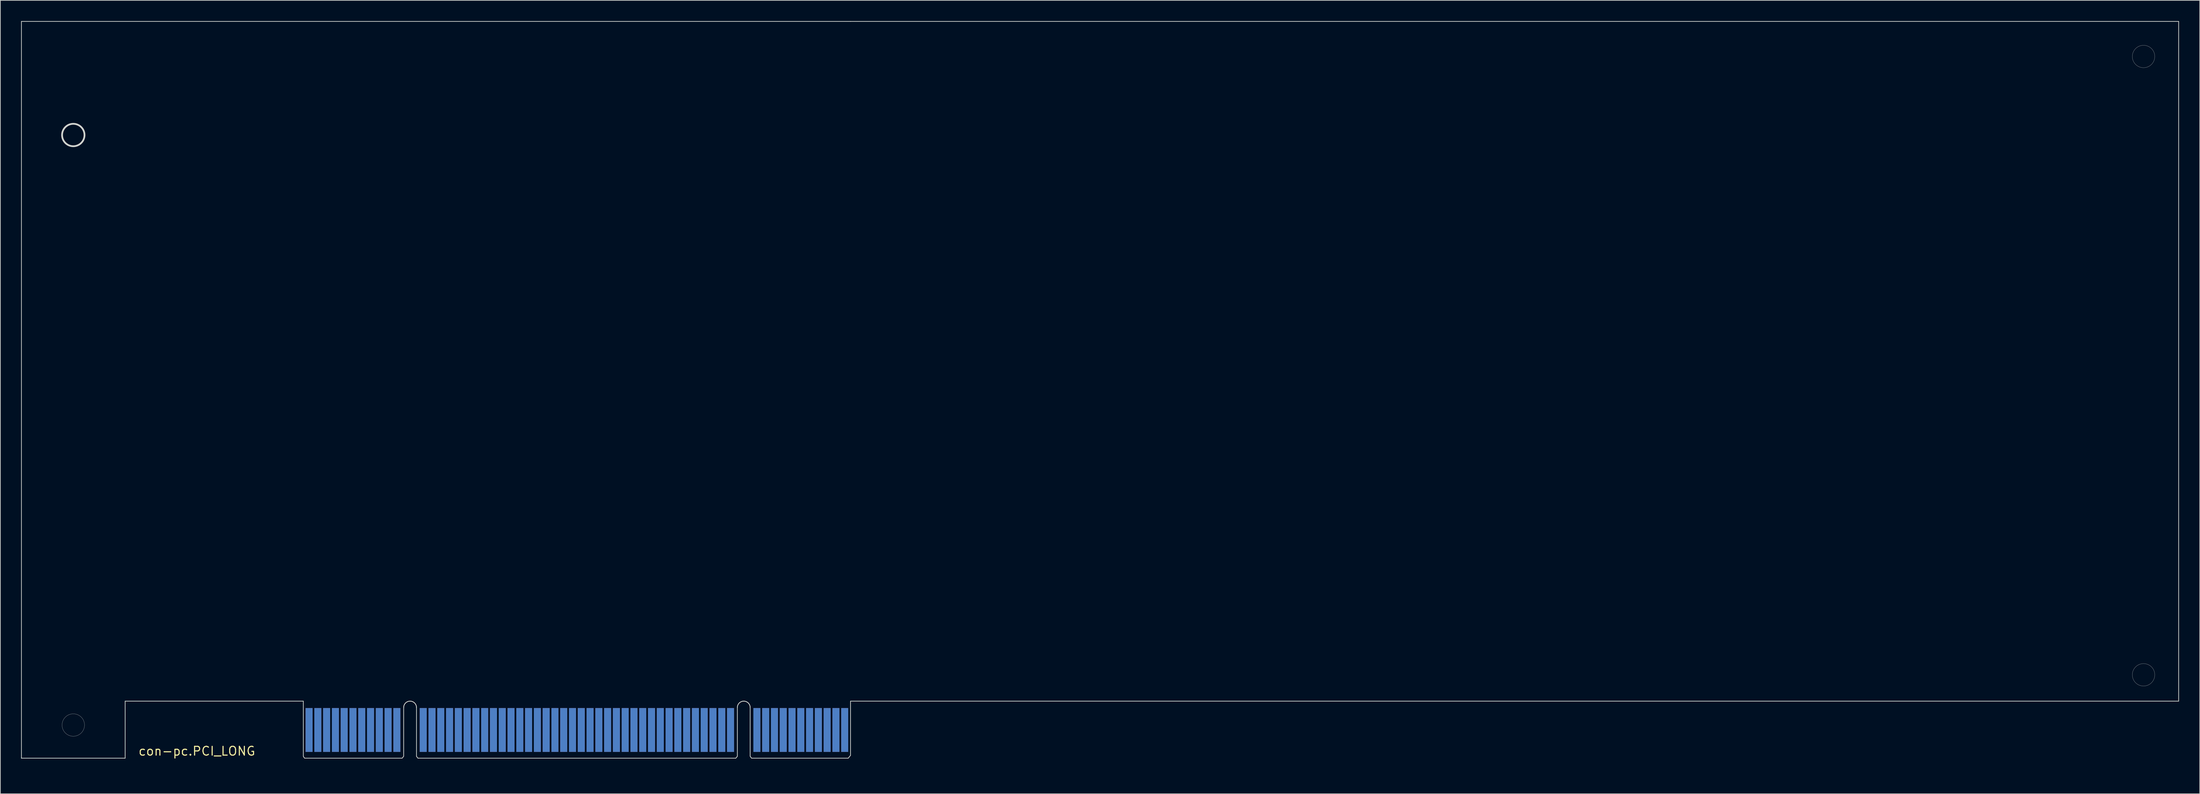
<source format=kicad_pcb>
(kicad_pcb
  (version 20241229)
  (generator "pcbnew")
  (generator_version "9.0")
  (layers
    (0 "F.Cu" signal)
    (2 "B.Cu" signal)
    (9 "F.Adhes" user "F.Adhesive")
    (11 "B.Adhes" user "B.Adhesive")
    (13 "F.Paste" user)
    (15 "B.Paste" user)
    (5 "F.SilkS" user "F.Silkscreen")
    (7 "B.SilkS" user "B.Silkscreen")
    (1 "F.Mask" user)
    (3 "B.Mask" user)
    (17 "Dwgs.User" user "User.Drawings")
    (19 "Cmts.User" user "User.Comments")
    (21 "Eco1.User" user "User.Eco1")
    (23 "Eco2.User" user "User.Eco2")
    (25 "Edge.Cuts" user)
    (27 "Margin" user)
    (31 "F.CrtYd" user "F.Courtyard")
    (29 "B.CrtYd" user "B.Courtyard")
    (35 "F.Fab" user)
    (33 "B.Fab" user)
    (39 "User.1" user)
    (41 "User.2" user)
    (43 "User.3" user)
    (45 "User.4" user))
  (footprint "con-pc.PCI_LONG"
    (layer "B.Cu")
    (at 40.38 102.002)
    (property "Reference" "con-pc.PCI_LONG" (at -23.495 4.445 0) (layer "F.SilkS") (effects (font (size 1.27 1.27) (thickness 0.16)) (justify left bottom)))
    (attr smd)
    (fp_line (start -0.635 6.35) (end 80.645 6.35) (stroke (width 1.016) (type default)) (layer "F.Mask"))
    (fp_line (start 1.27 -1.905) (end 1.27 6.35) (stroke (width 1.016) (type default)) (layer "F.Mask"))
    (fp_line (start 2.54 -1.905) (end 2.54 6.35) (stroke (width 1.016) (type default)) (layer "F.Mask"))
    (fp_line (start 3.81 -1.905) (end 3.81 6.35) (stroke (width 1.016) (type default)) (layer "F.Mask"))
    (fp_line (start 5.08 -1.905) (end 5.08 6.35) (stroke (width 1.016) (type default)) (layer "F.Mask"))
    (fp_line (start 6.35 -1.905) (end 6.35 6.35) (stroke (width 1.016) (type default)) (layer "F.Mask"))
    (fp_line (start 7.62 -1.905) (end 7.62 6.35) (stroke (width 1.016) (type default)) (layer "F.Mask"))
    (fp_line (start 8.89 -1.905) (end 8.89 6.35) (stroke (width 1.016) (type default)) (layer "F.Mask"))
    (fp_line (start 10.16 -1.905) (end 10.16 6.35) (stroke (width 1.016) (type default)) (layer "F.Mask"))
    (fp_line (start 11.43 -1.905) (end 11.43 6.35) (stroke (width 1.016) (type default)) (layer "F.Mask"))
    (fp_line (start 12.7 -1.905) (end 12.7 6.35) (stroke (width 1.016) (type default)) (layer "F.Mask"))
    (fp_line (start 13.97 -1.905) (end 13.97 6.35) (stroke (width 1.016) (type default)) (layer "F.Mask"))
    (fp_line (start 17.78 -1.905) (end 17.78 6.35) (stroke (width 1.016) (type default)) (layer "F.Mask"))
    (fp_line (start 19.05 -1.905) (end 19.05 6.35) (stroke (width 1.016) (type default)) (layer "F.Mask"))
    (fp_line (start 20.32 -1.905) (end 20.32 6.35) (stroke (width 1.016) (type default)) (layer "F.Mask"))
    (fp_line (start 21.59 -1.905) (end 21.59 6.35) (stroke (width 1.016) (type default)) (layer "F.Mask"))
    (fp_line (start 22.86 -1.905) (end 22.86 6.35) (stroke (width 1.016) (type default)) (layer "F.Mask"))
    (fp_line (start 24.13 -1.905) (end 24.13 6.35) (stroke (width 1.016) (type default)) (layer "F.Mask"))
    (fp_line (start 25.4 -1.905) (end 25.4 6.35) (stroke (width 1.016) (type default)) (layer "F.Mask"))
    (fp_line (start 26.67 -1.905) (end 26.67 6.35) (stroke (width 1.016) (type default)) (layer "F.Mask"))
    (fp_line (start 27.94 -1.905) (end 27.94 6.35) (stroke (width 1.016) (type default)) (layer "F.Mask"))
    (fp_line (start 29.21 -1.905) (end 29.21 6.35) (stroke (width 1.016) (type default)) (layer "F.Mask"))
    (fp_line (start 30.48 -1.905) (end 30.48 6.35) (stroke (width 1.016) (type default)) (layer "F.Mask"))
    (fp_line (start 31.75 -1.905) (end 31.75 6.35) (stroke (width 1.016) (type default)) (layer "F.Mask"))
    (fp_line (start 33.02 -1.905) (end 33.02 6.35) (stroke (width 1.016) (type default)) (layer "F.Mask"))
    (fp_line (start 34.29 -1.905) (end 34.29 6.35) (stroke (width 1.016) (type default)) (layer "F.Mask"))
    (fp_line (start 35.56 -1.905) (end 35.56 6.35) (stroke (width 1.016) (type default)) (layer "F.Mask"))
    (fp_line (start 36.83 -1.905) (end 36.83 6.35) (stroke (width 1.016) (type default)) (layer "F.Mask"))
    (fp_line (start 38.1 -1.905) (end 38.1 6.35) (stroke (width 1.016) (type default)) (layer "F.Mask"))
    (fp_line (start 39.37 -1.905) (end 39.37 6.35) (stroke (width 1.016) (type default)) (layer "F.Mask"))
    (fp_line (start 40.64 -1.905) (end 40.64 6.35) (stroke (width 1.016) (type default)) (layer "F.Mask"))
    (fp_line (start 41.91 -1.905) (end 41.91 6.35) (stroke (width 1.016) (type default)) (layer "F.Mask"))
    (fp_line (start 43.18 -1.905) (end 43.18 6.35) (stroke (width 1.016) (type default)) (layer "F.Mask"))
    (fp_line (start 44.45 -1.905) (end 44.45 6.35) (stroke (width 1.016) (type default)) (layer "F.Mask"))
    (fp_line (start 45.72 -1.905) (end 45.72 6.35) (stroke (width 1.016) (type default)) (layer "F.Mask"))
    (fp_line (start 46.99 -1.905) (end 46.99 6.35) (stroke (width 1.016) (type default)) (layer "F.Mask"))
    (fp_line (start 48.26 -1.905) (end 48.26 6.35) (stroke (width 1.016) (type default)) (layer "F.Mask"))
    (fp_line (start 49.53 -1.905) (end 49.53 6.35) (stroke (width 1.016) (type default)) (layer "F.Mask"))
    (fp_line (start 50.8 -1.905) (end 50.8 6.35) (stroke (width 1.016) (type default)) (layer "F.Mask"))
    (fp_line (start 52.07 -1.905) (end 52.07 6.35) (stroke (width 1.016) (type default)) (layer "F.Mask"))
    (fp_line (start 53.34 -1.905) (end 53.34 6.35) (stroke (width 1.016) (type default)) (layer "F.Mask"))
    (fp_line (start 54.61 -1.905) (end 54.61 6.35) (stroke (width 1.016) (type default)) (layer "F.Mask"))
    (fp_line (start 55.88 -1.905) (end 55.88 6.35) (stroke (width 1.016) (type default)) (layer "F.Mask"))
    (fp_line (start 57.15 -1.905) (end 57.15 6.35) (stroke (width 1.016) (type default)) (layer "F.Mask"))
    (fp_line (start 58.42 -1.905) (end 58.42 6.35) (stroke (width 1.016) (type default)) (layer "F.Mask"))
    (fp_line (start 59.69 -1.905) (end 59.69 6.35) (stroke (width 1.016) (type default)) (layer "F.Mask"))
    (fp_line (start 60.96 -1.905) (end 60.96 6.35) (stroke (width 1.016) (type default)) (layer "F.Mask"))
    (fp_line (start 62.23 -1.905) (end 62.23 6.35) (stroke (width 1.016) (type default)) (layer "F.Mask"))
    (fp_line (start 66.04 -1.905) (end 66.04 6.35) (stroke (width 1.016) (type default)) (layer "F.Mask"))
    (fp_line (start 67.31 -1.905) (end 67.31 6.35) (stroke (width 1.016) (type default)) (layer "F.Mask"))
    (fp_line (start 68.58 -1.905) (end 68.58 6.35) (stroke (width 1.016) (type default)) (layer "F.Mask"))
    (fp_line (start 69.85 -1.905) (end 69.85 6.35) (stroke (width 1.016) (type default)) (layer "F.Mask"))
    (fp_line (start 71.12 -1.905) (end 71.12 6.35) (stroke (width 1.016) (type default)) (layer "F.Mask"))
    (fp_line (start 72.39 -1.905) (end 72.39 6.35) (stroke (width 1.016) (type default)) (layer "F.Mask"))
    (fp_line (start 73.66 -1.905) (end 73.66 6.35) (stroke (width 1.016) (type default)) (layer "F.Mask"))
    (fp_line (start 74.93 -1.905) (end 74.93 6.35) (stroke (width 1.016) (type default)) (layer "F.Mask"))
    (fp_line (start 76.2 -1.905) (end 76.2 6.35) (stroke (width 1.016) (type default)) (layer "F.Mask"))
    (fp_line (start 77.47 -1.905) (end 77.47 6.35) (stroke (width 1.016) (type default)) (layer "F.Mask"))
    (fp_line (start 78.74 -1.905) (end 78.74 6.35) (stroke (width 1.016) (type default)) (layer "F.Mask"))
    (fp_rect (start -0.762 6.858) (end 81.153 -2.54) (stroke (width 0.05) (type default)) (fill yes) (layer "F.Mask"))
    (fp_line (start -0.635 6.35) (end 80.645 6.35) (stroke (width 1.016) (type default)) (layer "B.Mask"))
    (fp_line (start 1.27 -1.905) (end 1.27 6.35) (stroke (width 1.016) (type default)) (layer "B.Mask"))
    (fp_line (start 2.54 -1.905) (end 2.54 6.35) (stroke (width 1.016) (type default)) (layer "B.Mask"))
    (fp_line (start 3.81 -1.905) (end 3.81 6.35) (stroke (width 1.016) (type default)) (layer "B.Mask"))
    (fp_line (start 5.08 -1.905) (end 5.08 6.35) (stroke (width 1.016) (type default)) (layer "B.Mask"))
    (fp_line (start 6.35 -1.905) (end 6.35 6.35) (stroke (width 1.016) (type default)) (layer "B.Mask"))
    (fp_line (start 7.62 -1.905) (end 7.62 6.35) (stroke (width 1.016) (type default)) (layer "B.Mask"))
    (fp_line (start 8.89 -1.905) (end 8.89 6.35) (stroke (width 1.016) (type default)) (layer "B.Mask"))
    (fp_line (start 10.16 -1.905) (end 10.16 6.35) (stroke (width 1.016) (type default)) (layer "B.Mask"))
    (fp_line (start 11.43 -1.905) (end 11.43 6.35) (stroke (width 1.016) (type default)) (layer "B.Mask"))
    (fp_line (start 12.7 -1.905) (end 12.7 6.35) (stroke (width 1.016) (type default)) (layer "B.Mask"))
    (fp_line (start 13.97 -1.905) (end 13.97 6.35) (stroke (width 1.016) (type default)) (layer "B.Mask"))
    (fp_line (start 17.78 -1.905) (end 17.78 6.35) (stroke (width 1.016) (type default)) (layer "B.Mask"))
    (fp_line (start 19.05 -1.905) (end 19.05 6.35) (stroke (width 1.016) (type default)) (layer "B.Mask"))
    (fp_line (start 20.32 -1.905) (end 20.32 6.35) (stroke (width 1.016) (type default)) (layer "B.Mask"))
    (fp_line (start 21.59 -1.905) (end 21.59 6.35) (stroke (width 1.016) (type default)) (layer "B.Mask"))
    (fp_line (start 22.86 -1.905) (end 22.86 6.35) (stroke (width 1.016) (type default)) (layer "B.Mask"))
    (fp_line (start 24.13 -1.905) (end 24.13 6.35) (stroke (width 1.016) (type default)) (layer "B.Mask"))
    (fp_line (start 25.4 -1.905) (end 25.4 6.35) (stroke (width 1.016) (type default)) (layer "B.Mask"))
    (fp_line (start 26.67 -1.905) (end 26.67 6.35) (stroke (width 1.016) (type default)) (layer "B.Mask"))
    (fp_line (start 27.94 -1.905) (end 27.94 6.35) (stroke (width 1.016) (type default)) (layer "B.Mask"))
    (fp_line (start 29.21 -1.905) (end 29.21 6.35) (stroke (width 1.016) (type default)) (layer "B.Mask"))
    (fp_line (start 30.48 -1.905) (end 30.48 6.35) (stroke (width 1.016) (type default)) (layer "B.Mask"))
    (fp_line (start 31.75 -1.905) (end 31.75 6.35) (stroke (width 1.016) (type default)) (layer "B.Mask"))
    (fp_line (start 33.02 -1.905) (end 33.02 6.35) (stroke (width 1.016) (type default)) (layer "B.Mask"))
    (fp_line (start 34.29 -1.905) (end 34.29 6.35) (stroke (width 1.016) (type default)) (layer "B.Mask"))
    (fp_line (start 35.56 -1.905) (end 35.56 6.35) (stroke (width 1.016) (type default)) (layer "B.Mask"))
    (fp_line (start 36.83 -1.905) (end 36.83 6.35) (stroke (width 1.016) (type default)) (layer "B.Mask"))
    (fp_line (start 38.1 -1.905) (end 38.1 6.35) (stroke (width 1.016) (type default)) (layer "B.Mask"))
    (fp_line (start 39.37 -1.905) (end 39.37 6.35) (stroke (width 1.016) (type default)) (layer "B.Mask"))
    (fp_line (start 40.64 -1.905) (end 40.64 6.35) (stroke (width 1.016) (type default)) (layer "B.Mask"))
    (fp_line (start 41.91 -1.905) (end 41.91 6.35) (stroke (width 1.016) (type default)) (layer "B.Mask"))
    (fp_line (start 43.18 -1.905) (end 43.18 6.35) (stroke (width 1.016) (type default)) (layer "B.Mask"))
    (fp_line (start 44.45 -1.905) (end 44.45 6.35) (stroke (width 1.016) (type default)) (layer "B.Mask"))
    (fp_line (start 45.72 -1.905) (end 45.72 6.35) (stroke (width 1.016) (type default)) (layer "B.Mask"))
    (fp_line (start 46.99 -1.905) (end 46.99 6.35) (stroke (width 1.016) (type default)) (layer "B.Mask"))
    (fp_line (start 48.26 -1.905) (end 48.26 6.35) (stroke (width 1.016) (type default)) (layer "B.Mask"))
    (fp_line (start 49.53 -1.905) (end 49.53 6.35) (stroke (width 1.016) (type default)) (layer "B.Mask"))
    (fp_line (start 50.8 -1.905) (end 50.8 6.35) (stroke (width 1.016) (type default)) (layer "B.Mask"))
    (fp_line (start 52.07 -1.905) (end 52.07 6.35) (stroke (width 1.016) (type default)) (layer "B.Mask"))
    (fp_line (start 53.34 -1.905) (end 53.34 6.35) (stroke (width 1.016) (type default)) (layer "B.Mask"))
    (fp_line (start 54.61 -1.905) (end 54.61 6.35) (stroke (width 1.016) (type default)) (layer "B.Mask"))
    (fp_line (start 55.88 -1.905) (end 55.88 6.35) (stroke (width 1.016) (type default)) (layer "B.Mask"))
    (fp_line (start 57.15 -1.905) (end 57.15 6.35) (stroke (width 1.016) (type default)) (layer "B.Mask"))
    (fp_line (start 58.42 -1.905) (end 58.42 6.35) (stroke (width 1.016) (type default)) (layer "B.Mask"))
    (fp_line (start 59.69 -1.905) (end 59.69 6.35) (stroke (width 1.016) (type default)) (layer "B.Mask"))
    (fp_line (start 60.96 -1.905) (end 60.96 6.35) (stroke (width 1.016) (type default)) (layer "B.Mask"))
    (fp_line (start 62.23 -1.905) (end 62.23 6.35) (stroke (width 1.016) (type default)) (layer "B.Mask"))
    (fp_line (start 66.04 -1.905) (end 66.04 6.35) (stroke (width 1.016) (type default)) (layer "B.Mask"))
    (fp_line (start 67.31 -1.905) (end 67.31 6.35) (stroke (width 1.016) (type default)) (layer "B.Mask"))
    (fp_line (start 68.58 -1.905) (end 68.58 6.35) (stroke (width 1.016) (type default)) (layer "B.Mask"))
    (fp_line (start 69.85 -1.905) (end 69.85 6.35) (stroke (width 1.016) (type default)) (layer "B.Mask"))
    (fp_line (start 71.12 -1.905) (end 71.12 6.35) (stroke (width 1.016) (type default)) (layer "B.Mask"))
    (fp_line (start 72.39 -1.905) (end 72.39 6.35) (stroke (width 1.016) (type default)) (layer "B.Mask"))
    (fp_line (start 73.66 -1.905) (end 73.66 6.35) (stroke (width 1.016) (type default)) (layer "B.Mask"))
    (fp_line (start 74.93 -1.905) (end 74.93 6.35) (stroke (width 1.016) (type default)) (layer "B.Mask"))
    (fp_line (start 76.2 -1.905) (end 76.2 6.35) (stroke (width 1.016) (type default)) (layer "B.Mask"))
    (fp_line (start 77.47 -1.905) (end 77.47 6.35) (stroke (width 1.016) (type default)) (layer "B.Mask"))
    (fp_line (start 78.74 -1.905) (end 78.74 6.35) (stroke (width 1.016) (type default)) (layer "B.Mask"))
    (fp_rect (start -0.762 6.858) (end 81.153 -2.54) (stroke (width 0.05) (type default)) (fill yes) (layer "B.Mask"))
    (fp_line (start -40.33 -101.952) (end 79.58 -101.952) (stroke (width 0.1) (type default)) (layer "Edge.Cuts"))
    (fp_line (start -40.33 4.728) (end -40.33 -101.952) (stroke (width 0.1) (type default)) (layer "Edge.Cuts"))
    (fp_line (start -40.33 4.728) (end -40.33 4.729) (stroke (width 0.1) (type default)) (layer "Edge.Cuts"))
    (fp_line (start -25.33 -3.532) (end -25.33 4.728) (stroke (width 0.1) (type default)) (layer "Edge.Cuts"))
    (fp_line (start -25.33 4.728) (end -40.33 4.728) (stroke (width 0.1) (type default)) (layer "Edge.Cuts"))
    (fp_line (start 0.44 -3.532) (end -25.33 -3.532) (stroke (width 0.1) (type default)) (layer "Edge.Cuts"))
    (fp_line (start 0.44 4.445) (end 0.44 -3.532) (stroke (width 0.1) (type default)) (layer "Edge.Cuts"))
    (fp_line (start 0.508 4.572) (end 0.44 4.445) (stroke (width 0.1) (type default)) (layer "Edge.Cuts"))
    (fp_line (start 0.635 4.728) (end 0.508 4.572) (stroke (width 0.1) (type default)) (layer "Edge.Cuts"))
    (fp_line (start 14.732 4.728) (end 0.635 4.728) (stroke (width 0.1) (type default)) (layer "Edge.Cuts"))
    (fp_line (start 14.859 4.572) (end 14.732 4.728) (stroke (width 0.1) (type default)) (layer "Edge.Cuts"))
    (fp_line (start 14.952 -2.605) (end 14.953 -2.605) (stroke (width 0.1) (type default)) (layer "Edge.Cuts"))
    (fp_line (start 14.953 -2.605) (end 14.953 4.445) (stroke (width 0.1) (type default)) (layer "Edge.Cuts"))
    (fp_line (start 14.953 4.445) (end 14.859 4.572) (stroke (width 0.1) (type default)) (layer "Edge.Cuts"))
    (fp_line (start 16.807 -2.605) (end 16.807 4.445) (stroke (width 0.1) (type default)) (layer "Edge.Cuts"))
    (fp_line (start 16.807 4.445) (end 16.891 4.572) (stroke (width 0.1) (type default)) (layer "Edge.Cuts"))
    (fp_line (start 17.018 4.728) (end 16.891 4.572) (stroke (width 0.1) (type default)) (layer "Edge.Cuts"))
    (fp_line (start 62.992 4.728) (end 17.018 4.728) (stroke (width 0.1) (type default)) (layer "Edge.Cuts"))
    (fp_line (start 63.119 4.572) (end 62.992 4.728) (stroke (width 0.1) (type default)) (layer "Edge.Cuts"))
    (fp_line (start 63.213 -2.605) (end 63.213 4.445) (stroke (width 0.1) (type default)) (layer "Edge.Cuts"))
    (fp_line (start 63.213 4.445) (end 63.119 4.572) (stroke (width 0.1) (type default)) (layer "Edge.Cuts"))
    (fp_line (start 65.067 -2.605) (end 65.067 4.445) (stroke (width 0.1) (type default)) (layer "Edge.Cuts"))
    (fp_line (start 65.067 4.445) (end 65.151 4.572) (stroke (width 0.1) (type default)) (layer "Edge.Cuts"))
    (fp_line (start 65.151 4.572) (end 65.278 4.728) (stroke (width 0.1) (type default)) (layer "Edge.Cuts"))
    (fp_line (start 65.278 4.728) (end 79.248 4.728) (stroke (width 0.1) (type default)) (layer "Edge.Cuts"))
    (fp_line (start 79.248 4.728) (end 79.375 4.572) (stroke (width 0.1) (type default)) (layer "Edge.Cuts"))
    (fp_line (start 79.375 4.572) (end 79.58 4.318) (stroke (width 0.1) (type default)) (layer "Edge.Cuts"))
    (fp_line (start 79.58 4.318) (end 79.58 -3.532) (stroke (width 0.1) (type default)) (layer "Edge.Cuts"))
    (fp_line (start 79.581 -3.533) (end 271.671 -3.533) (stroke (width 0.1) (type default)) (layer "Edge.Cuts"))
    (fp_line (start 271.671 -101.952) (end 79.581 -101.952) (stroke (width 0.1) (type default)) (layer "Edge.Cuts"))
    (fp_line (start 271.671 -3.533) (end 271.671 -101.952) (stroke (width 0.1) (type default)) (layer "Edge.Cuts"))
    (fp_arc (start 14.952 -2.605) (mid 15.8791 -3.5321) (end 16.8062 -2.605) (stroke (width 0.1) (type default)) (layer "Edge.Cuts"))
    (fp_arc (start 14.953 -2.605) (mid 15.88 -3.532) (end 16.807 -2.605) (stroke (width 0.1) (type default)) (layer "Edge.Cuts"))
    (fp_arc (start 63.213 -2.605) (mid 64.14 -3.532) (end 65.067 -2.605) (stroke (width 0.1) (type default)) (layer "Edge.Cuts"))
    (fp_arc (start 63.213 -2.605) (mid 64.1401 -3.5321) (end 65.0672 -2.605) (stroke (width 0.1) (type default)) (layer "Edge.Cuts"))
    (fp_circle (center -32.83 -85.502) (end -31.207 -85.502) (stroke (width 0.254) (type default)) (fill no) (layer "Edge.Cuts"))
    (fp_circle (center -32.83 -85.502) (end -31.207 -85.502) (stroke (width 0.025) (type default)) (fill no) (layer "Edge.Cuts"))
    (fp_circle (center -32.83 -0.072) (end -31.207 -0.072) (stroke (width 0.025) (type default)) (fill no) (layer "Edge.Cuts"))
    (fp_circle (center 266.591 -7.343) (end 268.214 -7.343) (stroke (width 0.025) (type default)) (fill no) (layer "Edge.Cuts"))
    (fp_circle (center 266.591 -96.872) (end 268.214 -96.872) (stroke (width 0.025) (type default)) (fill no) (layer "Edge.Cuts"))
    (pad "A1" smd roundrect (at 1.27 0.643) (size 1.016 6.35) (layers "B.Cu" "B.Mask" "B.Paste") (roundrect_rratio 0.01))
    (pad "A2" smd roundrect (at 2.54 0.643) (size 1.016 6.35) (layers "B.Cu" "B.Mask" "B.Paste") (roundrect_rratio 0.01))
    (pad "A3" smd roundrect (at 3.81 0.643) (size 1.016 6.35) (layers "B.Cu" "B.Mask" "B.Paste") (roundrect_rratio 0.01))
    (pad "A4" smd roundrect (at 5.08 0.643) (size 1.016 6.35) (layers "B.Cu" "B.Mask" "B.Paste") (roundrect_rratio 0.01))
    (pad "A5" smd roundrect (at 6.35 0.643) (size 1.016 6.35) (layers "B.Cu" "B.Mask" "B.Paste") (roundrect_rratio 0.01))
    (pad "A6" smd roundrect (at 7.62 0.643) (size 1.016 6.35) (layers "B.Cu" "B.Mask" "B.Paste") (roundrect_rratio 0.01))
    (pad "A7" smd roundrect (at 8.89 0.643) (size 1.016 6.35) (layers "B.Cu" "B.Mask" "B.Paste") (roundrect_rratio 0.01))
    (pad "A8" smd roundrect (at 10.16 0.643) (size 1.016 6.35) (layers "B.Cu" "B.Mask" "B.Paste") (roundrect_rratio 0.01))
    (pad "A9" smd roundrect (at 11.43 0.643) (size 1.016 6.35) (layers "B.Cu" "B.Mask" "B.Paste") (roundrect_rratio 0.01))
    (pad "A10" smd roundrect (at 12.7 0.643) (size 1.016 6.35) (layers "B.Cu" "B.Mask" "B.Paste") (roundrect_rratio 0.01))
    (pad "A11" smd roundrect (at 13.97 0.643) (size 1.016 6.35) (layers "B.Cu" "B.Mask" "B.Paste") (roundrect_rratio 0.01))
    (pad "A14" smd roundrect (at 17.78 0.643) (size 1.016 6.35) (layers "B.Cu" "B.Mask" "B.Paste") (roundrect_rratio 0.01))
    (pad "A15" smd roundrect (at 19.05 0.643) (size 1.016 6.35) (layers "B.Cu" "B.Mask" "B.Paste") (roundrect_rratio 0.01))
    (pad "A16" smd roundrect (at 20.32 0.643) (size 1.016 6.35) (layers "B.Cu" "B.Mask" "B.Paste") (roundrect_rratio 0.01))
    (pad "A17" smd roundrect (at 21.59 0.643) (size 1.016 6.35) (layers "B.Cu" "B.Mask" "B.Paste") (roundrect_rratio 0.01))
    (pad "A18" smd roundrect (at 22.86 0.643) (size 1.016 6.35) (layers "B.Cu" "B.Mask" "B.Paste") (roundrect_rratio 0.01))
    (pad "A19" smd roundrect (at 24.13 0.643) (size 1.016 6.35) (layers "B.Cu" "B.Mask" "B.Paste") (roundrect_rratio 0.01))
    (pad "A20" smd roundrect (at 25.4 0.643) (size 1.016 6.35) (layers "B.Cu" "B.Mask" "B.Paste") (roundrect_rratio 0.01))
    (pad "A21" smd roundrect (at 26.67 0.643) (size 1.016 6.35) (layers "B.Cu" "B.Mask" "B.Paste") (roundrect_rratio 0.01))
    (pad "A22" smd roundrect (at 27.94 0.643) (size 1.016 6.35) (layers "B.Cu" "B.Mask" "B.Paste") (roundrect_rratio 0.01))
    (pad "A23" smd roundrect (at 29.21 0.643) (size 1.016 6.35) (layers "B.Cu" "B.Mask" "B.Paste") (roundrect_rratio 0.01))
    (pad "A24" smd roundrect (at 30.48 0.643) (size 1.016 6.35) (layers "B.Cu" "B.Mask" "B.Paste") (roundrect_rratio 0.01))
    (pad "A25" smd roundrect (at 31.75 0.643) (size 1.016 6.35) (layers "B.Cu" "B.Mask" "B.Paste") (roundrect_rratio 0.01))
    (pad "A26" smd roundrect (at 33.02 0.643) (size 1.016 6.35) (layers "B.Cu" "B.Mask" "B.Paste") (roundrect_rratio 0.01))
    (pad "A27" smd roundrect (at 34.29 0.643) (size 1.016 6.35) (layers "B.Cu" "B.Mask" "B.Paste") (roundrect_rratio 0.01))
    (pad "A28" smd roundrect (at 35.56 0.643) (size 1.016 6.35) (layers "B.Cu" "B.Mask" "B.Paste") (roundrect_rratio 0.01))
    (pad "A29" smd roundrect (at 36.83 0.643) (size 1.016 6.35) (layers "B.Cu" "B.Mask" "B.Paste") (roundrect_rratio 0.01))
    (pad "A30" smd roundrect (at 38.1 0.643) (size 1.016 6.35) (layers "B.Cu" "B.Mask" "B.Paste") (roundrect_rratio 0.01))
    (pad "A31" smd roundrect (at 39.37 0.643) (size 1.016 6.35) (layers "B.Cu" "B.Mask" "B.Paste") (roundrect_rratio 0.01))
    (pad "A32" smd roundrect (at 40.64 0.643) (size 1.016 6.35) (layers "B.Cu" "B.Mask" "B.Paste") (roundrect_rratio 0.01))
    (pad "A33" smd roundrect (at 41.91 0.643) (size 1.016 6.35) (layers "B.Cu" "B.Mask" "B.Paste") (roundrect_rratio 0.01))
    (pad "A34" smd roundrect (at 43.18 0.643) (size 1.016 6.35) (layers "B.Cu" "B.Mask" "B.Paste") (roundrect_rratio 0.01))
    (pad "A35" smd roundrect (at 44.45 0.643) (size 1.016 6.35) (layers "B.Cu" "B.Mask" "B.Paste") (roundrect_rratio 0.01))
    (pad "A36" smd roundrect (at 45.72 0.643) (size 1.016 6.35) (layers "B.Cu" "B.Mask" "B.Paste") (roundrect_rratio 0.01))
    (pad "A37" smd roundrect (at 46.99 0.643) (size 1.016 6.35) (layers "B.Cu" "B.Mask" "B.Paste") (roundrect_rratio 0.01))
    (pad "A38" smd roundrect (at 48.26 0.643) (size 1.016 6.35) (layers "B.Cu" "B.Mask" "B.Paste") (roundrect_rratio 0.01))
    (pad "A39" smd roundrect (at 49.53 0.643) (size 1.016 6.35) (layers "B.Cu" "B.Mask" "B.Paste") (roundrect_rratio 0.01))
    (pad "A40" smd roundrect (at 50.8 0.643) (size 1.016 6.35) (layers "B.Cu" "B.Mask" "B.Paste") (roundrect_rratio 0.01))
    (pad "A41" smd roundrect (at 52.07 0.643) (size 1.016 6.35) (layers "B.Cu" "B.Mask" "B.Paste") (roundrect_rratio 0.01))
    (pad "A42" smd roundrect (at 53.34 0.643) (size 1.016 6.35) (layers "B.Cu" "B.Mask" "B.Paste") (roundrect_rratio 0.01))
    (pad "A43" smd roundrect (at 54.61 0.643) (size 1.016 6.35) (layers "B.Cu" "B.Mask" "B.Paste") (roundrect_rratio 0.01))
    (pad "A44" smd roundrect (at 55.88 0.643) (size 1.016 6.35) (layers "B.Cu" "B.Mask" "B.Paste") (roundrect_rratio 0.01))
    (pad "A45" smd roundrect (at 57.15 0.643) (size 1.016 6.35) (layers "B.Cu" "B.Mask" "B.Paste") (roundrect_rratio 0.01))
    (pad "A46" smd roundrect (at 58.42 0.643) (size 1.016 6.35) (layers "B.Cu" "B.Mask" "B.Paste") (roundrect_rratio 0.01))
    (pad "A47" smd roundrect (at 59.69 0.643) (size 1.016 6.35) (layers "B.Cu" "B.Mask" "B.Paste") (roundrect_rratio 0.01))
    (pad "A48" smd roundrect (at 60.96 0.643) (size 1.016 6.35) (layers "B.Cu" "B.Mask" "B.Paste") (roundrect_rratio 0.01))
    (pad "A49" smd roundrect (at 62.23 0.643) (size 1.016 6.35) (layers "B.Cu" "B.Mask" "B.Paste") (roundrect_rratio 0.01))
    (pad "A52" smd roundrect (at 66.04 0.643) (size 1.016 6.35) (layers "B.Cu" "B.Mask" "B.Paste") (roundrect_rratio 0.01))
    (pad "A53" smd roundrect (at 67.31 0.643) (size 1.016 6.35) (layers "B.Cu" "B.Mask" "B.Paste") (roundrect_rratio 0.01))
    (pad "A54" smd roundrect (at 68.58 0.643) (size 1.016 6.35) (layers "B.Cu" "B.Mask" "B.Paste") (roundrect_rratio 0.01))
    (pad "A55" smd roundrect (at 69.85 0.643) (size 1.016 6.35) (layers "B.Cu" "B.Mask" "B.Paste") (roundrect_rratio 0.01))
    (pad "A56" smd roundrect (at 71.12 0.643) (size 1.016 6.35) (layers "B.Cu" "B.Mask" "B.Paste") (roundrect_rratio 0.01))
    (pad "A57" smd roundrect (at 72.39 0.643) (size 1.016 6.35) (layers "B.Cu" "B.Mask" "B.Paste") (roundrect_rratio 0.01))
    (pad "A58" smd roundrect (at 73.66 0.643) (size 1.016 6.35) (layers "B.Cu" "B.Mask" "B.Paste") (roundrect_rratio 0.01))
    (pad "A59" smd roundrect (at 74.93 0.643) (size 1.016 6.35) (layers "B.Cu" "B.Mask" "B.Paste") (roundrect_rratio 0.01))
    (pad "A60" smd roundrect (at 76.2 0.643) (size 1.016 6.35) (layers "B.Cu" "B.Mask" "B.Paste") (roundrect_rratio 0.01))
    (pad "A61" smd roundrect (at 77.47 0.643) (size 1.016 6.35) (layers "B.Cu" "B.Mask" "B.Paste") (roundrect_rratio 0.01))
    (pad "A62" smd roundrect (at 78.74 0.643) (size 1.016 6.35) (layers "B.Cu" "B.Mask" "B.Paste") (roundrect_rratio 0.01))
    (pad "B1" smd roundrect (at 1.27 0.643) (size 1.016 6.35) (layers "F.Cu" "F.Mask" "F.Paste") (roundrect_rratio 0.01))
    (pad "B2" smd roundrect (at 2.54 0.643) (size 1.016 6.35) (layers "F.Cu" "F.Mask" "F.Paste") (roundrect_rratio 0.01))
    (pad "B3" smd roundrect (at 3.81 0.643) (size 1.016 6.35) (layers "F.Cu" "F.Mask" "F.Paste") (roundrect_rratio 0.01))
    (pad "B4" smd roundrect (at 5.08 0.643) (size 1.016 6.35) (layers "F.Cu" "F.Mask" "F.Paste") (roundrect_rratio 0.01))
    (pad "B5" smd roundrect (at 6.35 0.643) (size 1.016 6.35) (layers "F.Cu" "F.Mask" "F.Paste") (roundrect_rratio 0.01))
    (pad "B6" smd roundrect (at 7.62 0.643) (size 1.016 6.35) (layers "F.Cu" "F.Mask" "F.Paste") (roundrect_rratio 0.01))
    (pad "B7" smd roundrect (at 8.89 0.643) (size 1.016 6.35) (layers "F.Cu" "F.Mask" "F.Paste") (roundrect_rratio 0.01))
    (pad "B8" smd roundrect (at 10.16 0.643) (size 1.016 6.35) (layers "F.Cu" "F.Mask" "F.Paste") (roundrect_rratio 0.01))
    (pad "B9" smd roundrect (at 11.43 0.643) (size 1.016 6.35) (layers "F.Cu" "F.Mask" "F.Paste") (roundrect_rratio 0.01))
    (pad "B10" smd roundrect (at 12.7 0.643) (size 1.016 6.35) (layers "F.Cu" "F.Mask" "F.Paste") (roundrect_rratio 0.01))
    (pad "B11" smd roundrect (at 13.97 0.643) (size 1.016 6.35) (layers "F.Cu" "F.Mask" "F.Paste") (roundrect_rratio 0.01))
    (pad "B14" smd roundrect (at 17.78 0.643) (size 1.016 6.35) (layers "F.Cu" "F.Mask" "F.Paste") (roundrect_rratio 0.01))
    (pad "B15" smd roundrect (at 19.05 0.643) (size 1.016 6.35) (layers "F.Cu" "F.Mask" "F.Paste") (roundrect_rratio 0.01))
    (pad "B16" smd roundrect (at 20.32 0.643) (size 1.016 6.35) (layers "F.Cu" "F.Mask" "F.Paste") (roundrect_rratio 0.01))
    (pad "B17" smd roundrect (at 21.59 0.643) (size 1.016 6.35) (layers "F.Cu" "F.Mask" "F.Paste") (roundrect_rratio 0.01))
    (pad "B18" smd roundrect (at 22.86 0.643) (size 1.016 6.35) (layers "F.Cu" "F.Mask" "F.Paste") (roundrect_rratio 0.01))
    (pad "B19" smd roundrect (at 24.13 0.643) (size 1.016 6.35) (layers "F.Cu" "F.Mask" "F.Paste") (roundrect_rratio 0.01))
    (pad "B20" smd roundrect (at 25.4 0.643) (size 1.016 6.35) (layers "F.Cu" "F.Mask" "F.Paste") (roundrect_rratio 0.01))
    (pad "B21" smd roundrect (at 26.67 0.643) (size 1.016 6.35) (layers "F.Cu" "F.Mask" "F.Paste") (roundrect_rratio 0.01))
    (pad "B22" smd roundrect (at 27.94 0.643) (size 1.016 6.35) (layers "F.Cu" "F.Mask" "F.Paste") (roundrect_rratio 0.01))
    (pad "B23" smd roundrect (at 29.21 0.643) (size 1.016 6.35) (layers "F.Cu" "F.Mask" "F.Paste") (roundrect_rratio 0.01))
    (pad "B24" smd roundrect (at 30.48 0.643) (size 1.016 6.35) (layers "F.Cu" "F.Mask" "F.Paste") (roundrect_rratio 0.01))
    (pad "B25" smd roundrect (at 31.75 0.643) (size 1.016 6.35) (layers "F.Cu" "F.Mask" "F.Paste") (roundrect_rratio 0.01))
    (pad "B26" smd roundrect (at 33.02 0.643) (size 1.016 6.35) (layers "F.Cu" "F.Mask" "F.Paste") (roundrect_rratio 0.01))
    (pad "B27" smd roundrect (at 34.29 0.643) (size 1.016 6.35) (layers "F.Cu" "F.Mask" "F.Paste") (roundrect_rratio 0.01))
    (pad "B28" smd roundrect (at 35.56 0.643) (size 1.016 6.35) (layers "F.Cu" "F.Mask" "F.Paste") (roundrect_rratio 0.01))
    (pad "B29" smd roundrect (at 36.83 0.643) (size 1.016 6.35) (layers "F.Cu" "F.Mask" "F.Paste") (roundrect_rratio 0.01))
    (pad "B30" smd roundrect (at 38.1 0.643) (size 1.016 6.35) (layers "F.Cu" "F.Mask" "F.Paste") (roundrect_rratio 0.01))
    (pad "B31" smd roundrect (at 39.37 0.643) (size 1.016 6.35) (layers "F.Cu" "F.Mask" "F.Paste") (roundrect_rratio 0.01))
    (pad "B32" smd roundrect (at 40.64 0.643) (size 1.016 6.35) (layers "F.Cu" "F.Mask" "F.Paste") (roundrect_rratio 0.01))
    (pad "B33" smd roundrect (at 41.91 0.643) (size 1.016 6.35) (layers "F.Cu" "F.Mask" "F.Paste") (roundrect_rratio 0.01))
    (pad "B34" smd roundrect (at 43.18 0.643) (size 1.016 6.35) (layers "F.Cu" "F.Mask" "F.Paste") (roundrect_rratio 0.01))
    (pad "B35" smd roundrect (at 44.45 0.643) (size 1.016 6.35) (layers "F.Cu" "F.Mask" "F.Paste") (roundrect_rratio 0.01))
    (pad "B36" smd roundrect (at 45.72 0.643) (size 1.016 6.35) (layers "F.Cu" "F.Mask" "F.Paste") (roundrect_rratio 0.01))
    (pad "B37" smd roundrect (at 46.99 0.643) (size 1.016 6.35) (layers "F.Cu" "F.Mask" "F.Paste") (roundrect_rratio 0.01))
    (pad "B38" smd roundrect (at 48.26 0.643) (size 1.016 6.35) (layers "F.Cu" "F.Mask" "F.Paste") (roundrect_rratio 0.01))
    (pad "B39" smd roundrect (at 49.53 0.643) (size 1.016 6.35) (layers "F.Cu" "F.Mask" "F.Paste") (roundrect_rratio 0.01))
    (pad "B40" smd roundrect (at 50.8 0.643) (size 1.016 6.35) (layers "F.Cu" "F.Mask" "F.Paste") (roundrect_rratio 0.01))
    (pad "B41" smd roundrect (at 52.07 0.643) (size 1.016 6.35) (layers "F.Cu" "F.Mask" "F.Paste") (roundrect_rratio 0.01))
    (pad "B42" smd roundrect (at 53.34 0.643) (size 1.016 6.35) (layers "F.Cu" "F.Mask" "F.Paste") (roundrect_rratio 0.01))
    (pad "B43" smd roundrect (at 54.61 0.643) (size 1.016 6.35) (layers "F.Cu" "F.Mask" "F.Paste") (roundrect_rratio 0.01))
    (pad "B44" smd roundrect (at 55.88 0.643) (size 1.016 6.35) (layers "F.Cu" "F.Mask" "F.Paste") (roundrect_rratio 0.01))
    (pad "B45" smd roundrect (at 57.15 0.643) (size 1.016 6.35) (layers "F.Cu" "F.Mask" "F.Paste") (roundrect_rratio 0.01))
    (pad "B46" smd roundrect (at 58.42 0.643) (size 1.016 6.35) (layers "F.Cu" "F.Mask" "F.Paste") (roundrect_rratio 0.01))
    (pad "B47" smd roundrect (at 59.69 0.643) (size 1.016 6.35) (layers "F.Cu" "F.Mask" "F.Paste") (roundrect_rratio 0.01))
    (pad "B48" smd roundrect (at 60.96 0.643) (size 1.016 6.35) (layers "F.Cu" "F.Mask" "F.Paste") (roundrect_rratio 0.01))
    (pad "B49" smd roundrect (at 62.23 0.643) (size 1.016 6.35) (layers "F.Cu" "F.Mask" "F.Paste") (roundrect_rratio 0.01))
    (pad "B52" smd roundrect (at 66.04 0.643) (size 1.016 6.35) (layers "F.Cu" "F.Mask" "F.Paste") (roundrect_rratio 0.01))
    (pad "B53" smd roundrect (at 67.31 0.643) (size 1.016 6.35) (layers "F.Cu" "F.Mask" "F.Paste") (roundrect_rratio 0.01))
    (pad "B54" smd roundrect (at 68.58 0.643) (size 1.016 6.35) (layers "F.Cu" "F.Mask" "F.Paste") (roundrect_rratio 0.01))
    (pad "B55" smd roundrect (at 69.85 0.643) (size 1.016 6.35) (layers "F.Cu" "F.Mask" "F.Paste") (roundrect_rratio 0.01))
    (pad "B56" smd roundrect (at 71.12 0.643) (size 1.016 6.35) (layers "F.Cu" "F.Mask" "F.Paste") (roundrect_rratio 0.01))
    (pad "B57" smd roundrect (at 72.39 0.643) (size 1.016 6.35) (layers "F.Cu" "F.Mask" "F.Paste") (roundrect_rratio 0.01))
    (pad "B58" smd roundrect (at 73.66 0.643) (size 1.016 6.35) (layers "F.Cu" "F.Mask" "F.Paste") (roundrect_rratio 0.01))
    (pad "B59" smd roundrect (at 74.93 0.643) (size 1.016 6.35) (layers "F.Cu" "F.Mask" "F.Paste") (roundrect_rratio 0.01))
    (pad "B60" smd roundrect (at 76.2 0.643) (size 1.016 6.35) (layers "F.Cu" "F.Mask" "F.Paste") (roundrect_rratio 0.01))
    (pad "B61" smd roundrect (at 77.47 0.643) (size 1.016 6.35) (layers "F.Cu" "F.Mask" "F.Paste") (roundrect_rratio 0.01))
    (pad "B62" smd roundrect (at 78.74 0.643) (size 1.016 6.35) (layers "F.Cu" "F.Mask" "F.Paste") (roundrect_rratio 0.01)))
  (gr_rect
    (start -3 -3)
    (end 315.101 111.885)
    (stroke (width 0.1) (type default))
    (fill no)
    (layer "Edge.Cuts")))
</source>
